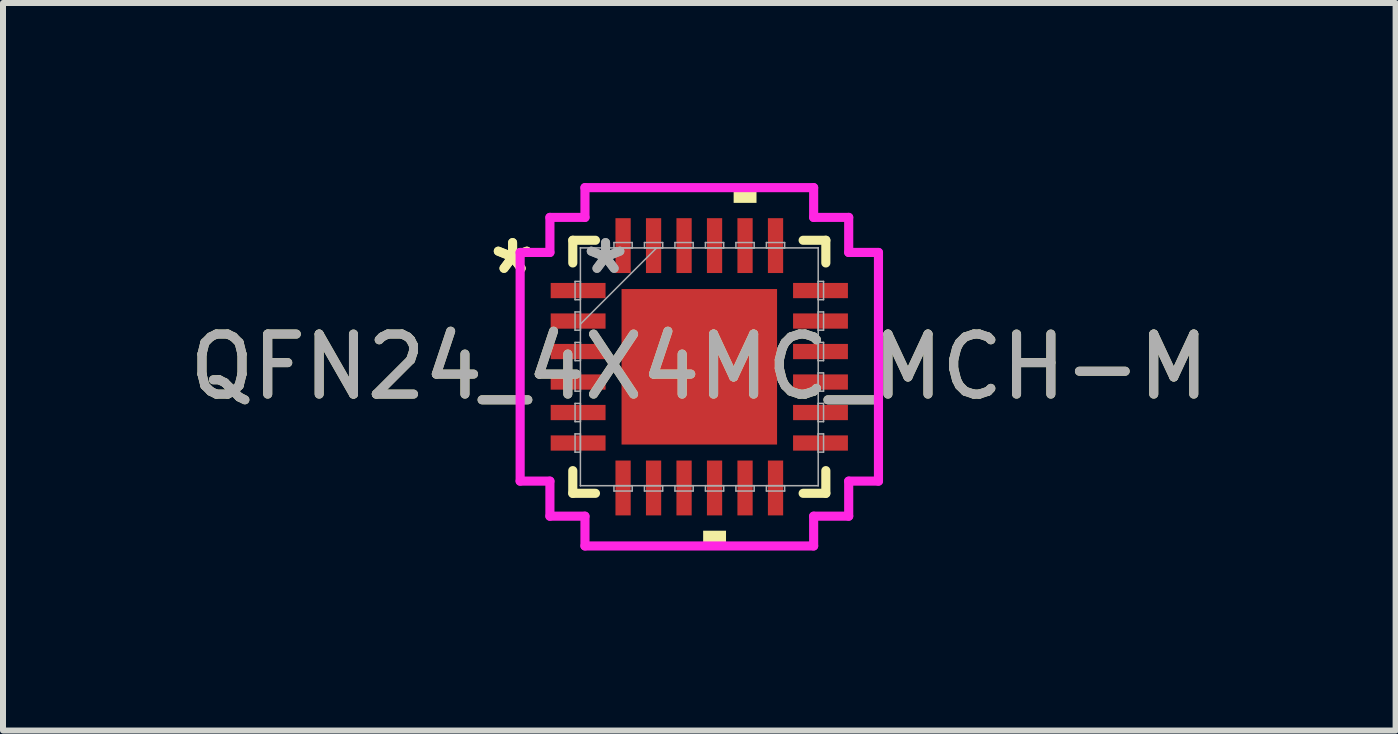
<source format=kicad_pcb>
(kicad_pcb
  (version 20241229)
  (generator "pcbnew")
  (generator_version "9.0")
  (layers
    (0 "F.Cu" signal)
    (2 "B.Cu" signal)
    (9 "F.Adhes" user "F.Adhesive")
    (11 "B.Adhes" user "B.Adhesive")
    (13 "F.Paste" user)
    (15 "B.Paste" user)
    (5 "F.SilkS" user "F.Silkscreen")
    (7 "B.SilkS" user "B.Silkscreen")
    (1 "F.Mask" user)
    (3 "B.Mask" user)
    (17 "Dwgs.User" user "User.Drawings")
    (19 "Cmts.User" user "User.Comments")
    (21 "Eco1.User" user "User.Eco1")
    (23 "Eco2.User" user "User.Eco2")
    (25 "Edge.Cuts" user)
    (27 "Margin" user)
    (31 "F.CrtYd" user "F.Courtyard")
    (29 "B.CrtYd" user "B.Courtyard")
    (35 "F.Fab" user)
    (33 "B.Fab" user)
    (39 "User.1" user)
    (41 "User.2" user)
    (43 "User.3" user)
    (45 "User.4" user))
  (footprint "QFN24_4X4MC_MCH-M"
    (layer "F.Cu")
    (at 8.601 3.061)
    (property "Reference" "QFN24_4X4MC_MCH-M" (at 0 0 0) (unlocked yes) (layer "F.SilkS") (effects (font (size 1 1) (thickness 0.15))))
    (attr smd)
    (fp_line (start -2.108 -2.108) (end -2.108 -1.73) (stroke (width 0.152) (type solid)) (layer "F.SilkS"))
    (fp_line (start -2.108 1.73) (end -2.108 2.108) (stroke (width 0.152) (type solid)) (layer "F.SilkS"))
    (fp_line (start -2.108 2.108) (end -1.73 2.108) (stroke (width 0.152) (type solid)) (layer "F.SilkS"))
    (fp_line (start -1.73 -2.108) (end -2.108 -2.108) (stroke (width 0.152) (type solid)) (layer "F.SilkS"))
    (fp_line (start 1.73 2.108) (end 2.108 2.108) (stroke (width 0.152) (type solid)) (layer "F.SilkS"))
    (fp_line (start 2.108 -2.108) (end 1.73 -2.108) (stroke (width 0.152) (type solid)) (layer "F.SilkS"))
    (fp_line (start 2.108 -1.73) (end 2.108 -2.108) (stroke (width 0.152) (type solid)) (layer "F.SilkS"))
    (fp_line (start 2.108 2.108) (end 2.108 1.73) (stroke (width 0.152) (type solid)) (layer "F.SilkS"))
    (fp_poly (pts (xy 0.064 2.731) (xy 0.064 2.985) (xy 0.445 2.985) (xy 0.445 2.731)) (stroke (width 0) (type solid)) (fill yes) (layer "F.SilkS"))
    (fp_poly (pts (xy 0.572 -2.731) (xy 0.572 -2.985) (xy 0.953 -2.985) (xy 0.953 -2.731)) (stroke (width 0) (type solid)) (fill yes) (layer "F.SilkS"))
    (fp_poly (pts (xy -1.195 -1.195) (xy -1.195 -0.1) (xy -0.1 -0.1) (xy -0.1 -1.195)) (stroke (width 0) (type solid)) (fill yes) (layer "F.Paste"))
    (fp_poly (pts (xy -1.195 0.1) (xy -1.195 1.195) (xy -0.1 1.195) (xy -0.1 0.1)) (stroke (width 0) (type solid)) (fill yes) (layer "F.Paste"))
    (fp_poly (pts (xy 0.1 -1.195) (xy 0.1 -0.1) (xy 1.195 -0.1) (xy 1.195 -1.195)) (stroke (width 0) (type solid)) (fill yes) (layer "F.Paste"))
    (fp_poly (pts (xy 0.1 0.1) (xy 0.1 1.195) (xy 1.195 1.195) (xy 1.195 0.1)) (stroke (width 0) (type solid)) (fill yes) (layer "F.Paste"))
    (fp_line (start -2.985 -1.905) (end -2.489 -1.905) (stroke (width 0.152) (type solid)) (layer "F.CrtYd"))
    (fp_line (start -2.985 1.905) (end -2.985 -1.905) (stroke (width 0.152) (type solid)) (layer "F.CrtYd"))
    (fp_line (start -2.489 -2.489) (end -1.905 -2.489) (stroke (width 0.152) (type solid)) (layer "F.CrtYd"))
    (fp_line (start -2.489 -1.905) (end -2.489 -2.489) (stroke (width 0.152) (type solid)) (layer "F.CrtYd"))
    (fp_line (start -2.489 1.905) (end -2.985 1.905) (stroke (width 0.152) (type solid)) (layer "F.CrtYd"))
    (fp_line (start -2.489 2.489) (end -2.489 1.905) (stroke (width 0.152) (type solid)) (layer "F.CrtYd"))
    (fp_line (start -1.905 -2.985) (end 1.905 -2.985) (stroke (width 0.152) (type solid)) (layer "F.CrtYd"))
    (fp_line (start -1.905 -2.489) (end -1.905 -2.985) (stroke (width 0.152) (type solid)) (layer "F.CrtYd"))
    (fp_line (start -1.905 2.489) (end -2.489 2.489) (stroke (width 0.152) (type solid)) (layer "F.CrtYd"))
    (fp_line (start -1.905 2.985) (end -1.905 2.489) (stroke (width 0.152) (type solid)) (layer "F.CrtYd"))
    (fp_line (start 1.905 -2.985) (end 1.905 -2.489) (stroke (width 0.152) (type solid)) (layer "F.CrtYd"))
    (fp_line (start 1.905 -2.489) (end 2.489 -2.489) (stroke (width 0.152) (type solid)) (layer "F.CrtYd"))
    (fp_line (start 1.905 2.489) (end 1.905 2.985) (stroke (width 0.152) (type solid)) (layer "F.CrtYd"))
    (fp_line (start 1.905 2.985) (end -1.905 2.985) (stroke (width 0.152) (type solid)) (layer "F.CrtYd"))
    (fp_line (start 2.489 -2.489) (end 2.489 -1.905) (stroke (width 0.152) (type solid)) (layer "F.CrtYd"))
    (fp_line (start 2.489 -1.905) (end 2.985 -1.905) (stroke (width 0.152) (type solid)) (layer "F.CrtYd"))
    (fp_line (start 2.489 1.905) (end 2.489 2.489) (stroke (width 0.152) (type solid)) (layer "F.CrtYd"))
    (fp_line (start 2.489 2.489) (end 1.905 2.489) (stroke (width 0.152) (type solid)) (layer "F.CrtYd"))
    (fp_line (start 2.985 -1.905) (end 2.985 1.905) (stroke (width 0.152) (type solid)) (layer "F.CrtYd"))
    (fp_line (start 2.985 1.905) (end 2.489 1.905) (stroke (width 0.152) (type solid)) (layer "F.CrtYd"))
    (fp_line (start -2.07 -1.422) (end -2.07 -1.118) (stroke (width 0.025) (type solid)) (layer "F.Fab"))
    (fp_line (start -2.07 -1.118) (end -1.981 -1.118) (stroke (width 0.025) (type solid)) (layer "F.Fab"))
    (fp_line (start -2.07 -0.914) (end -2.07 -0.61) (stroke (width 0.025) (type solid)) (layer "F.Fab"))
    (fp_line (start -2.07 -0.61) (end -1.981 -0.61) (stroke (width 0.025) (type solid)) (layer "F.Fab"))
    (fp_line (start -2.07 -0.406) (end -2.07 -0.102) (stroke (width 0.025) (type solid)) (layer "F.Fab"))
    (fp_line (start -2.07 -0.102) (end -1.981 -0.102) (stroke (width 0.025) (type solid)) (layer "F.Fab"))
    (fp_line (start -2.07 0.102) (end -2.07 0.406) (stroke (width 0.025) (type solid)) (layer "F.Fab"))
    (fp_line (start -2.07 0.406) (end -1.981 0.406) (stroke (width 0.025) (type solid)) (layer "F.Fab"))
    (fp_line (start -2.07 0.61) (end -2.07 0.914) (stroke (width 0.025) (type solid)) (layer "F.Fab"))
    (fp_line (start -2.07 0.914) (end -1.981 0.914) (stroke (width 0.025) (type solid)) (layer "F.Fab"))
    (fp_line (start -2.07 1.118) (end -2.07 1.422) (stroke (width 0.025) (type solid)) (layer "F.Fab"))
    (fp_line (start -2.07 1.422) (end -1.981 1.422) (stroke (width 0.025) (type solid)) (layer "F.Fab"))
    (fp_line (start -1.981 -1.981) (end -1.981 -1.981) (stroke (width 0.025) (type solid)) (layer "F.Fab"))
    (fp_line (start -1.981 -1.981) (end -1.981 1.981) (stroke (width 0.025) (type solid)) (layer "F.Fab"))
    (fp_line (start -1.981 -1.422) (end -2.07 -1.422) (stroke (width 0.025) (type solid)) (layer "F.Fab"))
    (fp_line (start -1.981 -1.118) (end -1.981 -1.422) (stroke (width 0.025) (type solid)) (layer "F.Fab"))
    (fp_line (start -1.981 -0.914) (end -2.07 -0.914) (stroke (width 0.025) (type solid)) (layer "F.Fab"))
    (fp_line (start -1.981 -0.711) (end -0.711 -1.981) (stroke (width 0.025) (type solid)) (layer "F.Fab"))
    (fp_line (start -1.981 -0.61) (end -1.981 -0.914) (stroke (width 0.025) (type solid)) (layer "F.Fab"))
    (fp_line (start -1.981 -0.406) (end -2.07 -0.406) (stroke (width 0.025) (type solid)) (layer "F.Fab"))
    (fp_line (start -1.981 -0.102) (end -1.981 -0.406) (stroke (width 0.025) (type solid)) (layer "F.Fab"))
    (fp_line (start -1.981 0.102) (end -2.07 0.102) (stroke (width 0.025) (type solid)) (layer "F.Fab"))
    (fp_line (start -1.981 0.406) (end -1.981 0.102) (stroke (width 0.025) (type solid)) (layer "F.Fab"))
    (fp_line (start -1.981 0.61) (end -2.07 0.61) (stroke (width 0.025) (type solid)) (layer "F.Fab"))
    (fp_line (start -1.981 0.914) (end -1.981 0.61) (stroke (width 0.025) (type solid)) (layer "F.Fab"))
    (fp_line (start -1.981 1.118) (end -2.07 1.118) (stroke (width 0.025) (type solid)) (layer "F.Fab"))
    (fp_line (start -1.981 1.422) (end -1.981 1.118) (stroke (width 0.025) (type solid)) (layer "F.Fab"))
    (fp_line (start -1.981 1.981) (end -1.981 1.981) (stroke (width 0.025) (type solid)) (layer "F.Fab"))
    (fp_line (start -1.981 1.981) (end 1.981 1.981) (stroke (width 0.025) (type solid)) (layer "F.Fab"))
    (fp_line (start -1.422 -2.07) (end -1.422 -1.981) (stroke (width 0.025) (type solid)) (layer "F.Fab"))
    (fp_line (start -1.422 -1.981) (end -1.118 -1.981) (stroke (width 0.025) (type solid)) (layer "F.Fab"))
    (fp_line (start -1.422 1.981) (end -1.422 2.07) (stroke (width 0.025) (type solid)) (layer "F.Fab"))
    (fp_line (start -1.422 2.07) (end -1.118 2.07) (stroke (width 0.025) (type solid)) (layer "F.Fab"))
    (fp_line (start -1.118 -2.07) (end -1.422 -2.07) (stroke (width 0.025) (type solid)) (layer "F.Fab"))
    (fp_line (start -1.118 -1.981) (end -1.118 -2.07) (stroke (width 0.025) (type solid)) (layer "F.Fab"))
    (fp_line (start -1.118 1.981) (end -1.422 1.981) (stroke (width 0.025) (type solid)) (layer "F.Fab"))
    (fp_line (start -1.118 2.07) (end -1.118 1.981) (stroke (width 0.025) (type solid)) (layer "F.Fab"))
    (fp_line (start -0.914 -2.07) (end -0.914 -1.981) (stroke (width 0.025) (type solid)) (layer "F.Fab"))
    (fp_line (start -0.914 -1.981) (end -0.61 -1.981) (stroke (width 0.025) (type solid)) (layer "F.Fab"))
    (fp_line (start -0.914 1.981) (end -0.914 2.07) (stroke (width 0.025) (type solid)) (layer "F.Fab"))
    (fp_line (start -0.914 2.07) (end -0.61 2.07) (stroke (width 0.025) (type solid)) (layer "F.Fab"))
    (fp_line (start -0.61 -2.07) (end -0.914 -2.07) (stroke (width 0.025) (type solid)) (layer "F.Fab"))
    (fp_line (start -0.61 -1.981) (end -0.61 -2.07) (stroke (width 0.025) (type solid)) (layer "F.Fab"))
    (fp_line (start -0.61 1.981) (end -0.914 1.981) (stroke (width 0.025) (type solid)) (layer "F.Fab"))
    (fp_line (start -0.61 2.07) (end -0.61 1.981) (stroke (width 0.025) (type solid)) (layer "F.Fab"))
    (fp_line (start -0.406 -2.07) (end -0.406 -1.981) (stroke (width 0.025) (type solid)) (layer "F.Fab"))
    (fp_line (start -0.406 -1.981) (end -0.102 -1.981) (stroke (width 0.025) (type solid)) (layer "F.Fab"))
    (fp_line (start -0.406 1.981) (end -0.406 2.07) (stroke (width 0.025) (type solid)) (layer "F.Fab"))
    (fp_line (start -0.406 2.07) (end -0.102 2.07) (stroke (width 0.025) (type solid)) (layer "F.Fab"))
    (fp_line (start -0.102 -2.07) (end -0.406 -2.07) (stroke (width 0.025) (type solid)) (layer "F.Fab"))
    (fp_line (start -0.102 -1.981) (end -0.102 -2.07) (stroke (width 0.025) (type solid)) (layer "F.Fab"))
    (fp_line (start -0.102 1.981) (end -0.406 1.981) (stroke (width 0.025) (type solid)) (layer "F.Fab"))
    (fp_line (start -0.102 2.07) (end -0.102 1.981) (stroke (width 0.025) (type solid)) (layer "F.Fab"))
    (fp_line (start 0.102 -2.07) (end 0.102 -1.981) (stroke (width 0.025) (type solid)) (layer "F.Fab"))
    (fp_line (start 0.102 -1.981) (end 0.406 -1.981) (stroke (width 0.025) (type solid)) (layer "F.Fab"))
    (fp_line (start 0.102 1.981) (end 0.102 2.07) (stroke (width 0.025) (type solid)) (layer "F.Fab"))
    (fp_line (start 0.102 2.07) (end 0.406 2.07) (stroke (width 0.025) (type solid)) (layer "F.Fab"))
    (fp_line (start 0.406 -2.07) (end 0.102 -2.07) (stroke (width 0.025) (type solid)) (layer "F.Fab"))
    (fp_line (start 0.406 -1.981) (end 0.406 -2.07) (stroke (width 0.025) (type solid)) (layer "F.Fab"))
    (fp_line (start 0.406 1.981) (end 0.102 1.981) (stroke (width 0.025) (type solid)) (layer "F.Fab"))
    (fp_line (start 0.406 2.07) (end 0.406 1.981) (stroke (width 0.025) (type solid)) (layer "F.Fab"))
    (fp_line (start 0.61 -2.07) (end 0.61 -1.981) (stroke (width 0.025) (type solid)) (layer "F.Fab"))
    (fp_line (start 0.61 -1.981) (end 0.914 -1.981) (stroke (width 0.025) (type solid)) (layer "F.Fab"))
    (fp_line (start 0.61 1.981) (end 0.61 2.07) (stroke (width 0.025) (type solid)) (layer "F.Fab"))
    (fp_line (start 0.61 2.07) (end 0.914 2.07) (stroke (width 0.025) (type solid)) (layer "F.Fab"))
    (fp_line (start 0.914 -2.07) (end 0.61 -2.07) (stroke (width 0.025) (type solid)) (layer "F.Fab"))
    (fp_line (start 0.914 -1.981) (end 0.914 -2.07) (stroke (width 0.025) (type solid)) (layer "F.Fab"))
    (fp_line (start 0.914 1.981) (end 0.61 1.981) (stroke (width 0.025) (type solid)) (layer "F.Fab"))
    (fp_line (start 0.914 2.07) (end 0.914 1.981) (stroke (width 0.025) (type solid)) (layer "F.Fab"))
    (fp_line (start 1.118 -2.07) (end 1.118 -1.981) (stroke (width 0.025) (type solid)) (layer "F.Fab"))
    (fp_line (start 1.118 -1.981) (end 1.422 -1.981) (stroke (width 0.025) (type solid)) (layer "F.Fab"))
    (fp_line (start 1.118 1.981) (end 1.118 2.07) (stroke (width 0.025) (type solid)) (layer "F.Fab"))
    (fp_line (start 1.118 2.07) (end 1.422 2.07) (stroke (width 0.025) (type solid)) (layer "F.Fab"))
    (fp_line (start 1.422 -2.07) (end 1.118 -2.07) (stroke (width 0.025) (type solid)) (layer "F.Fab"))
    (fp_line (start 1.422 -1.981) (end 1.422 -2.07) (stroke (width 0.025) (type solid)) (layer "F.Fab"))
    (fp_line (start 1.422 1.981) (end 1.118 1.981) (stroke (width 0.025) (type solid)) (layer "F.Fab"))
    (fp_line (start 1.422 2.07) (end 1.422 1.981) (stroke (width 0.025) (type solid)) (layer "F.Fab"))
    (fp_line (start 1.981 -1.981) (end -1.981 -1.981) (stroke (width 0.025) (type solid)) (layer "F.Fab"))
    (fp_line (start 1.981 -1.981) (end 1.981 -1.981) (stroke (width 0.025) (type solid)) (layer "F.Fab"))
    (fp_line (start 1.981 -1.422) (end 1.981 -1.118) (stroke (width 0.025) (type solid)) (layer "F.Fab"))
    (fp_line (start 1.981 -1.118) (end 2.07 -1.118) (stroke (width 0.025) (type solid)) (layer "F.Fab"))
    (fp_line (start 1.981 -0.914) (end 1.981 -0.61) (stroke (width 0.025) (type solid)) (layer "F.Fab"))
    (fp_line (start 1.981 -0.61) (end 2.07 -0.61) (stroke (width 0.025) (type solid)) (layer "F.Fab"))
    (fp_line (start 1.981 -0.406) (end 1.981 -0.102) (stroke (width 0.025) (type solid)) (layer "F.Fab"))
    (fp_line (start 1.981 -0.102) (end 2.07 -0.102) (stroke (width 0.025) (type solid)) (layer "F.Fab"))
    (fp_line (start 1.981 0.102) (end 1.981 0.406) (stroke (width 0.025) (type solid)) (layer "F.Fab"))
    (fp_line (start 1.981 0.406) (end 2.07 0.406) (stroke (width 0.025) (type solid)) (layer "F.Fab"))
    (fp_line (start 1.981 0.61) (end 1.981 0.914) (stroke (width 0.025) (type solid)) (layer "F.Fab"))
    (fp_line (start 1.981 0.914) (end 2.07 0.914) (stroke (width 0.025) (type solid)) (layer "F.Fab"))
    (fp_line (start 1.981 1.118) (end 1.981 1.422) (stroke (width 0.025) (type solid)) (layer "F.Fab"))
    (fp_line (start 1.981 1.422) (end 2.07 1.422) (stroke (width 0.025) (type solid)) (layer "F.Fab"))
    (fp_line (start 1.981 1.981) (end 1.981 -1.981) (stroke (width 0.025) (type solid)) (layer "F.Fab"))
    (fp_line (start 1.981 1.981) (end 1.981 1.981) (stroke (width 0.025) (type solid)) (layer "F.Fab"))
    (fp_line (start 2.07 -1.422) (end 1.981 -1.422) (stroke (width 0.025) (type solid)) (layer "F.Fab"))
    (fp_line (start 2.07 -1.118) (end 2.07 -1.422) (stroke (width 0.025) (type solid)) (layer "F.Fab"))
    (fp_line (start 2.07 -0.914) (end 1.981 -0.914) (stroke (width 0.025) (type solid)) (layer "F.Fab"))
    (fp_line (start 2.07 -0.61) (end 2.07 -0.914) (stroke (width 0.025) (type solid)) (layer "F.Fab"))
    (fp_line (start 2.07 -0.406) (end 1.981 -0.406) (stroke (width 0.025) (type solid)) (layer "F.Fab"))
    (fp_line (start 2.07 -0.102) (end 2.07 -0.406) (stroke (width 0.025) (type solid)) (layer "F.Fab"))
    (fp_line (start 2.07 0.102) (end 1.981 0.102) (stroke (width 0.025) (type solid)) (layer "F.Fab"))
    (fp_line (start 2.07 0.406) (end 2.07 0.102) (stroke (width 0.025) (type solid)) (layer "F.Fab"))
    (fp_line (start 2.07 0.61) (end 1.981 0.61) (stroke (width 0.025) (type solid)) (layer "F.Fab"))
    (fp_line (start 2.07 0.914) (end 2.07 0.61) (stroke (width 0.025) (type solid)) (layer "F.Fab"))
    (fp_line (start 2.07 1.118) (end 1.981 1.118) (stroke (width 0.025) (type solid)) (layer "F.Fab"))
    (fp_line (start 2.07 1.422) (end 2.07 1.118) (stroke (width 0.025) (type solid)) (layer "F.Fab"))
    (fp_text user "*" (at -3.111 -1.524 0) (unlocked yes) (layer "F.SilkS") (effects (font (size 1 1) (thickness 0.15))))
    (fp_text user "*" (at -3.111 -1.524 0) (layer "F.SilkS") (effects (font (size 1 1) (thickness 0.15))))
    (fp_text user "*" (at -1.562 -1.524 0) (layer "F.Fab") (effects (font (size 1 1) (thickness 0.15))))
    (fp_text user "*" (at -1.562 -1.524 0) (unlocked yes) (layer "F.Fab") (effects (font (size 1 1) (thickness 0.15))))
    (fp_text user "${REFERENCE}" (at 0 0 0) (unlocked yes) (layer "F.Fab") (effects (font (size 1 1) (thickness 0.15))))
    (pad "1" smd rect (at -2.019 -1.27 90) (size 0.254 0.914) (layers "F.Cu" "F.Mask" "F.Paste"))
    (pad "2" smd rect (at -2.019 -0.762 90) (size 0.254 0.914) (layers "F.Cu" "F.Mask" "F.Paste"))
    (pad "3" smd rect (at -2.019 -0.254 90) (size 0.254 0.914) (layers "F.Cu" "F.Mask" "F.Paste"))
    (pad "4" smd rect (at -2.019 0.254 90) (size 0.254 0.914) (layers "F.Cu" "F.Mask" "F.Paste"))
    (pad "5" smd rect (at -2.019 0.762 90) (size 0.254 0.914) (layers "F.Cu" "F.Mask" "F.Paste"))
    (pad "6" smd rect (at -2.019 1.27 90) (size 0.254 0.914) (layers "F.Cu" "F.Mask" "F.Paste"))
    (pad "7" smd rect (at -1.27 2.019) (size 0.254 0.914) (layers "F.Cu" "F.Mask" "F.Paste"))
    (pad "8" smd rect (at -0.762 2.019) (size 0.254 0.914) (layers "F.Cu" "F.Mask" "F.Paste"))
    (pad "9" smd rect (at -0.254 2.019) (size 0.254 0.914) (layers "F.Cu" "F.Mask" "F.Paste"))
    (pad "10" smd rect (at 0.254 2.019) (size 0.254 0.914) (layers "F.Cu" "F.Mask" "F.Paste"))
    (pad "11" smd rect (at 0.762 2.019) (size 0.254 0.914) (layers "F.Cu" "F.Mask" "F.Paste"))
    (pad "12" smd rect (at 1.27 2.019) (size 0.254 0.914) (layers "F.Cu" "F.Mask" "F.Paste"))
    (pad "13" smd rect (at 2.019 1.27 90) (size 0.254 0.914) (layers "F.Cu" "F.Mask" "F.Paste"))
    (pad "14" smd rect (at 2.019 0.762 90) (size 0.254 0.914) (layers "F.Cu" "F.Mask" "F.Paste"))
    (pad "15" smd rect (at 2.019 0.254 90) (size 0.254 0.914) (layers "F.Cu" "F.Mask" "F.Paste"))
    (pad "16" smd rect (at 2.019 -0.254 90) (size 0.254 0.914) (layers "F.Cu" "F.Mask" "F.Paste"))
    (pad "17" smd rect (at 2.019 -0.762 90) (size 0.254 0.914) (layers "F.Cu" "F.Mask" "F.Paste"))
    (pad "18" smd rect (at 2.019 -1.27 90) (size 0.254 0.914) (layers "F.Cu" "F.Mask" "F.Paste"))
    (pad "19" smd rect (at 1.27 -2.019) (size 0.254 0.914) (layers "F.Cu" "F.Mask" "F.Paste"))
    (pad "20" smd rect (at 0.762 -2.019) (size 0.254 0.914) (layers "F.Cu" "F.Mask" "F.Paste"))
    (pad "21" smd rect (at 0.254 -2.019) (size 0.254 0.914) (layers "F.Cu" "F.Mask" "F.Paste"))
    (pad "22" smd rect (at -0.254 -2.019) (size 0.254 0.914) (layers "F.Cu" "F.Mask" "F.Paste"))
    (pad "23" smd rect (at -0.762 -2.019) (size 0.254 0.914) (layers "F.Cu" "F.Mask" "F.Paste"))
    (pad "24" smd rect (at -1.27 -2.019) (size 0.254 0.914) (layers "F.Cu" "F.Mask" "F.Paste"))
    (pad "25" smd rect (at 0 0) (size 2.591 2.591) (layers "F.Cu" "F.Mask" "F.Paste")))
  (gr_rect
    (start -3 -3)
    (end 20.202 9.121)
    (stroke (width 0.1) (type default))
    (fill no)
    (layer "Edge.Cuts")))
</source>
